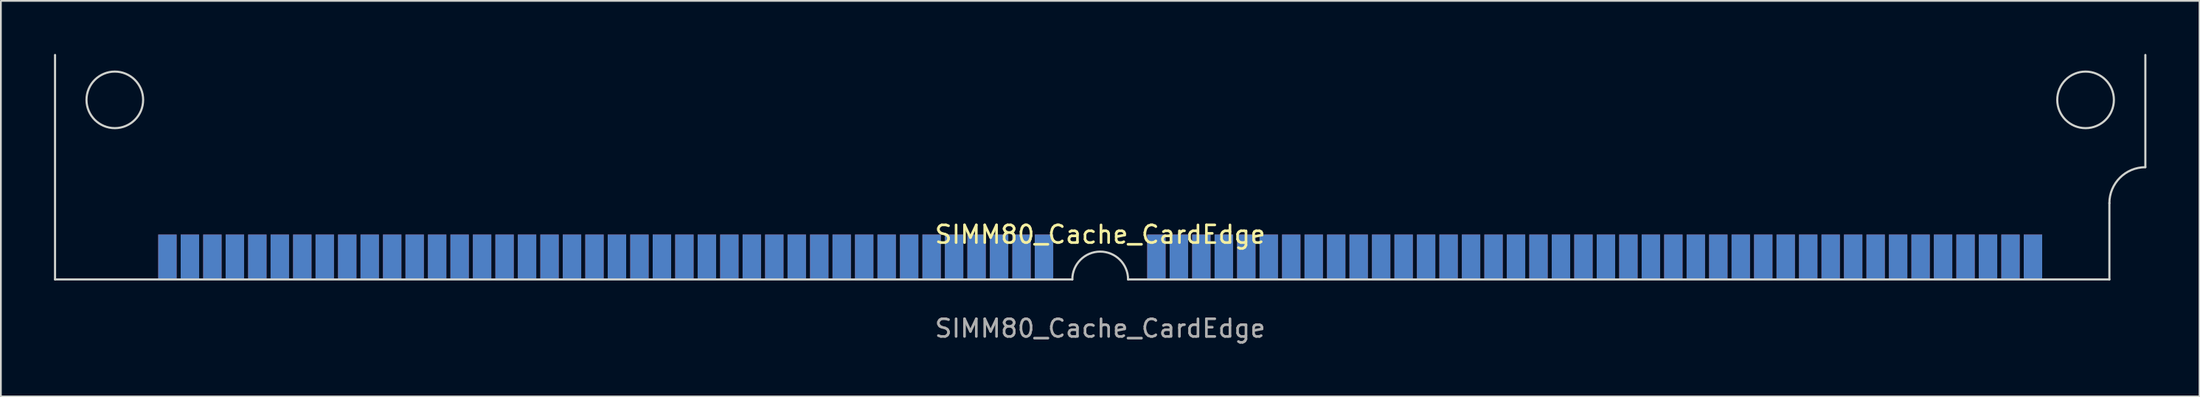
<source format=kicad_pcb>
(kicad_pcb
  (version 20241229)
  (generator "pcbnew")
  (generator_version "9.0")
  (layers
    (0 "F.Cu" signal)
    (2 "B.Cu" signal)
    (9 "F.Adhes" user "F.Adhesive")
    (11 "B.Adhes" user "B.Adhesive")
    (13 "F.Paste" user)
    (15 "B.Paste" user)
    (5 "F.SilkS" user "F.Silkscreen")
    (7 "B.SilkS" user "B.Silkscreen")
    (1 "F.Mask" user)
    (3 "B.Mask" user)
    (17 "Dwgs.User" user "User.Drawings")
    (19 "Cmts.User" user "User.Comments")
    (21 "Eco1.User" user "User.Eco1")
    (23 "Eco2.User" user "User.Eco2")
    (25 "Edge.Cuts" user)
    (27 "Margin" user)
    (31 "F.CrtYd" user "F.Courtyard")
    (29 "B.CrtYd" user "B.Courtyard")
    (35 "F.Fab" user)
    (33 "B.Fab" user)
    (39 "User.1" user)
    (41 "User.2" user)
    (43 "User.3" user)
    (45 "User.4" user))
  (footprint "SIMM80_Cache_CardEdge"
    (layer "F.Cu")
    (at 59.115 12.76)
    (property "Reference" "SIMM80_Cache_CardEdge" (at 0 -2.54 0) (unlocked yes) (layer "F.SilkS") (effects (font (size 1 1) (thickness 0.15))))
    (fp_line (start -59.055 0) (end -59.055 -12.7) (stroke (width 0.12) (type default)) (layer "Edge.Cuts"))
    (fp_line (start -1.575 0) (end -59.055 0) (stroke (width 0.12) (type default)) (layer "Edge.Cuts"))
    (fp_line (start 1.575 0) (end 57.023 0) (stroke (width 0.12) (type default)) (layer "Edge.Cuts"))
    (fp_line (start 57.023 0) (end 57.023 -4.318) (stroke (width 0.12) (type default)) (layer "Edge.Cuts"))
    (fp_line (start 59.055 -12.7) (end 59.055 -6.35) (stroke (width 0.12) (type default)) (layer "Edge.Cuts"))
    (fp_arc (start -1.5748 0) (mid 0 -1.5748) (end 1.5748 0) (stroke (width 0.12) (type default)) (layer "Edge.Cuts"))
    (fp_arc (start 57.023 -4.318) (mid 57.618159 -5.754841) (end 59.055 -6.35) (stroke (width 0.12) (type default)) (layer "Edge.Cuts"))
    (fp_circle (center -55.677 -10.16) (end -54.077 -10.16) (stroke (width 0.12) (type default)) (fill no) (layer "Edge.Cuts"))
    (fp_circle (center 55.677 -10.16) (end 57.277 -10.16) (stroke (width 0.12) (type default)) (fill no) (layer "Edge.Cuts"))
    (fp_text user "${REFERENCE}" (at 0 2.77 0) (unlocked yes) (layer "F.Fab") (effects (font (size 1 1) (thickness 0.15))))
    (pad "1" connect rect (at -52.705 -1.27) (size 1.04 2.54) (layers "F.Cu" "F.Mask"))
    (pad "1" connect rect (at -52.705 -1.27) (size 1.04 2.54) (layers "B.Cu" "B.Mask"))
    (pad "2" connect rect (at -51.435 -1.27) (size 1.04 2.54) (layers "F.Cu" "F.Mask"))
    (pad "2" connect rect (at -51.435 -1.27) (size 1.04 2.54) (layers "B.Cu" "B.Mask"))
    (pad "3" connect rect (at -50.165 -1.27) (size 1.04 2.54) (layers "F.Cu" "F.Mask"))
    (pad "3" connect rect (at -50.165 -1.27) (size 1.04 2.54) (layers "B.Cu" "B.Mask"))
    (pad "4" connect rect (at -48.895 -1.27) (size 1.04 2.54) (layers "F.Cu" "F.Mask"))
    (pad "4" connect rect (at -48.895 -1.27) (size 1.04 2.54) (layers "B.Cu" "B.Mask"))
    (pad "5" connect rect (at -47.625 -1.27) (size 1.04 2.54) (layers "F.Cu" "F.Mask"))
    (pad "5" connect rect (at -47.625 -1.27) (size 1.04 2.54) (layers "B.Cu" "B.Mask"))
    (pad "6" connect rect (at -46.355 -1.27) (size 1.04 2.54) (layers "F.Cu" "F.Mask"))
    (pad "6" connect rect (at -46.355 -1.27) (size 1.04 2.54) (layers "B.Cu" "B.Mask"))
    (pad "7" connect rect (at -45.085 -1.27) (size 1.04 2.54) (layers "F.Cu" "F.Mask"))
    (pad "7" connect rect (at -45.085 -1.27) (size 1.04 2.54) (layers "B.Cu" "B.Mask"))
    (pad "8" connect rect (at -43.815 -1.27) (size 1.04 2.54) (layers "F.Cu" "F.Mask"))
    (pad "8" connect rect (at -43.815 -1.27) (size 1.04 2.54) (layers "B.Cu" "B.Mask"))
    (pad "9" connect rect (at -42.545 -1.27) (size 1.04 2.54) (layers "F.Cu" "F.Mask"))
    (pad "9" connect rect (at -42.545 -1.27) (size 1.04 2.54) (layers "B.Cu" "B.Mask"))
    (pad "10" connect rect (at -41.275 -1.27) (size 1.04 2.54) (layers "F.Cu" "F.Mask"))
    (pad "10" connect rect (at -41.275 -1.27) (size 1.04 2.54) (layers "B.Cu" "B.Mask"))
    (pad "11" connect rect (at -40.005 -1.27) (size 1.04 2.54) (layers "F.Cu" "F.Mask"))
    (pad "11" connect rect (at -40.005 -1.27) (size 1.04 2.54) (layers "B.Cu" "B.Mask"))
    (pad "12" connect rect (at -38.735 -1.27) (size 1.04 2.54) (layers "F.Cu" "F.Mask"))
    (pad "12" connect rect (at -38.735 -1.27) (size 1.04 2.54) (layers "B.Cu" "B.Mask"))
    (pad "13" connect rect (at -37.465 -1.27) (size 1.04 2.54) (layers "F.Cu" "F.Mask"))
    (pad "13" connect rect (at -37.465 -1.27) (size 1.04 2.54) (layers "B.Cu" "B.Mask"))
    (pad "14" connect rect (at -36.195 -1.27) (size 1.04 2.54) (layers "F.Cu" "F.Mask"))
    (pad "14" connect rect (at -36.195 -1.27) (size 1.04 2.54) (layers "B.Cu" "B.Mask"))
    (pad "15" connect rect (at -34.925 -1.27) (size 1.04 2.54) (layers "F.Cu" "F.Mask"))
    (pad "15" connect rect (at -34.925 -1.27) (size 1.04 2.54) (layers "B.Cu" "B.Mask"))
    (pad "16" connect rect (at -33.655 -1.27) (size 1.04 2.54) (layers "F.Cu" "F.Mask"))
    (pad "16" connect rect (at -33.655 -1.27) (size 1.04 2.54) (layers "B.Cu" "B.Mask"))
    (pad "17" connect rect (at -32.385 -1.27) (size 1.04 2.54) (layers "F.Cu" "F.Mask"))
    (pad "17" connect rect (at -32.385 -1.27) (size 1.04 2.54) (layers "B.Cu" "B.Mask"))
    (pad "18" connect rect (at -31.115 -1.27) (size 1.04 2.54) (layers "F.Cu" "F.Mask"))
    (pad "18" connect rect (at -31.115 -1.27) (size 1.04 2.54) (layers "B.Cu" "B.Mask"))
    (pad "19" connect rect (at -29.845 -1.27) (size 1.04 2.54) (layers "F.Cu" "F.Mask"))
    (pad "19" connect rect (at -29.845 -1.27) (size 1.04 2.54) (layers "B.Cu" "B.Mask"))
    (pad "20" connect rect (at -28.575 -1.27) (size 1.04 2.54) (layers "F.Cu" "F.Mask"))
    (pad "20" connect rect (at -28.575 -1.27) (size 1.04 2.54) (layers "B.Cu" "B.Mask"))
    (pad "21" connect rect (at -27.305 -1.27) (size 1.04 2.54) (layers "F.Cu" "F.Mask"))
    (pad "21" connect rect (at -27.305 -1.27) (size 1.04 2.54) (layers "B.Cu" "B.Mask"))
    (pad "22" connect rect (at -26.035 -1.27) (size 1.04 2.54) (layers "F.Cu" "F.Mask"))
    (pad "22" connect rect (at -26.035 -1.27) (size 1.04 2.54) (layers "B.Cu" "B.Mask"))
    (pad "23" connect rect (at -24.765 -1.27) (size 1.04 2.54) (layers "F.Cu" "F.Mask"))
    (pad "23" connect rect (at -24.765 -1.27) (size 1.04 2.54) (layers "B.Cu" "B.Mask"))
    (pad "24" connect rect (at -23.495 -1.27) (size 1.04 2.54) (layers "F.Cu" "F.Mask"))
    (pad "24" connect rect (at -23.495 -1.27) (size 1.04 2.54) (layers "B.Cu" "B.Mask"))
    (pad "25" connect rect (at -22.225 -1.27) (size 1.04 2.54) (layers "F.Cu" "F.Mask"))
    (pad "25" connect rect (at -22.225 -1.27) (size 1.04 2.54) (layers "B.Cu" "B.Mask"))
    (pad "26" connect rect (at -20.955 -1.27) (size 1.04 2.54) (layers "F.Cu" "F.Mask"))
    (pad "26" connect rect (at -20.955 -1.27) (size 1.04 2.54) (layers "B.Cu" "B.Mask"))
    (pad "27" connect rect (at -19.685 -1.27) (size 1.04 2.54) (layers "F.Cu" "F.Mask"))
    (pad "27" connect rect (at -19.685 -1.27) (size 1.04 2.54) (layers "B.Cu" "B.Mask"))
    (pad "28" connect rect (at -18.415 -1.27) (size 1.04 2.54) (layers "F.Cu" "F.Mask"))
    (pad "28" connect rect (at -18.415 -1.27) (size 1.04 2.54) (layers "B.Cu" "B.Mask"))
    (pad "29" connect rect (at -17.145 -1.27) (size 1.04 2.54) (layers "F.Cu" "F.Mask"))
    (pad "29" connect rect (at -17.145 -1.27) (size 1.04 2.54) (layers "B.Cu" "B.Mask"))
    (pad "30" connect rect (at -15.875 -1.27) (size 1.04 2.54) (layers "F.Cu" "F.Mask"))
    (pad "30" connect rect (at -15.875 -1.27) (size 1.04 2.54) (layers "B.Cu" "B.Mask"))
    (pad "31" connect rect (at -14.605 -1.27) (size 1.04 2.54) (layers "F.Cu" "F.Mask"))
    (pad "31" connect rect (at -14.605 -1.27) (size 1.04 2.54) (layers "B.Cu" "B.Mask"))
    (pad "32" connect rect (at -13.335 -1.27) (size 1.04 2.54) (layers "F.Cu" "F.Mask"))
    (pad "32" connect rect (at -13.335 -1.27) (size 1.04 2.54) (layers "B.Cu" "B.Mask"))
    (pad "33" connect rect (at -12.065 -1.27) (size 1.04 2.54) (layers "F.Cu" "F.Mask"))
    (pad "33" connect rect (at -12.065 -1.27) (size 1.04 2.54) (layers "B.Cu" "B.Mask"))
    (pad "34" connect rect (at -10.795 -1.27) (size 1.04 2.54) (layers "F.Cu" "F.Mask"))
    (pad "34" connect rect (at -10.795 -1.27) (size 1.04 2.54) (layers "B.Cu" "B.Mask"))
    (pad "35" connect rect (at -9.525 -1.27) (size 1.04 2.54) (layers "F.Cu" "F.Mask"))
    (pad "35" connect rect (at -9.525 -1.27) (size 1.04 2.54) (layers "B.Cu" "B.Mask"))
    (pad "36" connect rect (at -8.255 -1.27) (size 1.04 2.54) (layers "F.Cu" "F.Mask"))
    (pad "36" connect rect (at -8.255 -1.27) (size 1.04 2.54) (layers "B.Cu" "B.Mask"))
    (pad "37" connect rect (at -6.985 -1.27) (size 1.04 2.54) (layers "F.Cu" "F.Mask"))
    (pad "37" connect rect (at -6.985 -1.27) (size 1.04 2.54) (layers "B.Cu" "B.Mask"))
    (pad "38" connect rect (at -5.715 -1.27) (size 1.04 2.54) (layers "F.Cu" "F.Mask"))
    (pad "38" connect rect (at -5.715 -1.27) (size 1.04 2.54) (layers "B.Cu" "B.Mask"))
    (pad "39" connect rect (at -4.445 -1.27) (size 1.04 2.54) (layers "F.Cu" "F.Mask"))
    (pad "39" connect rect (at -4.445 -1.27) (size 1.04 2.54) (layers "B.Cu" "B.Mask"))
    (pad "40" connect rect (at -3.175 -1.27) (size 1.04 2.54) (layers "F.Cu" "F.Mask"))
    (pad "40" connect rect (at -3.175 -1.27) (size 1.04 2.54) (layers "B.Cu" "B.Mask"))
    (pad "41" connect rect (at 3.175 -1.27) (size 1.04 2.54) (layers "F.Cu" "F.Mask"))
    (pad "41" connect rect (at 3.175 -1.27) (size 1.04 2.54) (layers "B.Cu" "B.Mask"))
    (pad "42" connect rect (at 4.445 -1.27) (size 1.04 2.54) (layers "F.Cu" "F.Mask"))
    (pad "42" connect rect (at 4.445 -1.27) (size 1.04 2.54) (layers "B.Cu" "B.Mask"))
    (pad "43" connect rect (at 5.715 -1.27) (size 1.04 2.54) (layers "F.Cu" "F.Mask"))
    (pad "43" connect rect (at 5.715 -1.27) (size 1.04 2.54) (layers "B.Cu" "B.Mask"))
    (pad "44" connect rect (at 6.985 -1.27) (size 1.04 2.54) (layers "F.Cu" "F.Mask"))
    (pad "44" connect rect (at 6.985 -1.27) (size 1.04 2.54) (layers "B.Cu" "B.Mask"))
    (pad "45" connect rect (at 8.255 -1.27) (size 1.04 2.54) (layers "F.Cu" "F.Mask"))
    (pad "45" connect rect (at 8.255 -1.27) (size 1.04 2.54) (layers "B.Cu" "B.Mask"))
    (pad "46" connect rect (at 9.525 -1.27) (size 1.04 2.54) (layers "F.Cu" "F.Mask"))
    (pad "46" connect rect (at 9.525 -1.27) (size 1.04 2.54) (layers "B.Cu" "B.Mask"))
    (pad "47" connect rect (at 10.795 -1.27) (size 1.04 2.54) (layers "F.Cu" "F.Mask"))
    (pad "47" connect rect (at 10.795 -1.27) (size 1.04 2.54) (layers "B.Cu" "B.Mask"))
    (pad "48" connect rect (at 12.065 -1.27) (size 1.04 2.54) (layers "F.Cu" "F.Mask"))
    (pad "48" connect rect (at 12.065 -1.27) (size 1.04 2.54) (layers "B.Cu" "B.Mask"))
    (pad "49" connect rect (at 13.335 -1.27) (size 1.04 2.54) (layers "F.Cu" "F.Mask"))
    (pad "49" connect rect (at 13.335 -1.27) (size 1.04 2.54) (layers "B.Cu" "B.Mask"))
    (pad "50" connect rect (at 14.605 -1.27) (size 1.04 2.54) (layers "F.Cu" "F.Mask"))
    (pad "50" connect rect (at 14.605 -1.27) (size 1.04 2.54) (layers "B.Cu" "B.Mask"))
    (pad "51" connect rect (at 15.875 -1.27) (size 1.04 2.54) (layers "F.Cu" "F.Mask"))
    (pad "51" connect rect (at 15.875 -1.27) (size 1.04 2.54) (layers "B.Cu" "B.Mask"))
    (pad "52" connect rect (at 17.145 -1.27) (size 1.04 2.54) (layers "F.Cu" "F.Mask"))
    (pad "52" connect rect (at 17.145 -1.27) (size 1.04 2.54) (layers "B.Cu" "B.Mask"))
    (pad "53" connect rect (at 18.415 -1.27) (size 1.04 2.54) (layers "F.Cu" "F.Mask"))
    (pad "53" connect rect (at 18.415 -1.27) (size 1.04 2.54) (layers "B.Cu" "B.Mask"))
    (pad "54" connect rect (at 19.685 -1.27) (size 1.04 2.54) (layers "F.Cu" "F.Mask"))
    (pad "54" connect rect (at 19.685 -1.27) (size 1.04 2.54) (layers "B.Cu" "B.Mask"))
    (pad "55" connect rect (at 20.955 -1.27) (size 1.04 2.54) (layers "F.Cu" "F.Mask"))
    (pad "55" connect rect (at 20.955 -1.27) (size 1.04 2.54) (layers "B.Cu" "B.Mask"))
    (pad "56" connect rect (at 22.225 -1.27) (size 1.04 2.54) (layers "F.Cu" "F.Mask"))
    (pad "56" connect rect (at 22.225 -1.27) (size 1.04 2.54) (layers "B.Cu" "B.Mask"))
    (pad "57" connect rect (at 23.495 -1.27) (size 1.04 2.54) (layers "F.Cu" "F.Mask"))
    (pad "57" connect rect (at 23.495 -1.27) (size 1.04 2.54) (layers "B.Cu" "B.Mask"))
    (pad "58" connect rect (at 24.765 -1.27) (size 1.04 2.54) (layers "F.Cu" "F.Mask"))
    (pad "58" connect rect (at 24.765 -1.27) (size 1.04 2.54) (layers "B.Cu" "B.Mask"))
    (pad "59" connect rect (at 26.035 -1.27) (size 1.04 2.54) (layers "F.Cu" "F.Mask"))
    (pad "59" connect rect (at 26.035 -1.27) (size 1.04 2.54) (layers "B.Cu" "B.Mask"))
    (pad "60" connect rect (at 27.305 -1.27) (size 1.04 2.54) (layers "F.Cu" "F.Mask"))
    (pad "60" connect rect (at 27.305 -1.27) (size 1.04 2.54) (layers "B.Cu" "B.Mask"))
    (pad "61" connect rect (at 28.575 -1.27) (size 1.04 2.54) (layers "F.Cu" "F.Mask"))
    (pad "61" connect rect (at 28.575 -1.27) (size 1.04 2.54) (layers "B.Cu" "B.Mask"))
    (pad "62" connect rect (at 29.845 -1.27) (size 1.04 2.54) (layers "F.Cu" "F.Mask"))
    (pad "62" connect rect (at 29.845 -1.27) (size 1.04 2.54) (layers "B.Cu" "B.Mask"))
    (pad "63" connect rect (at 31.115 -1.27) (size 1.04 2.54) (layers "F.Cu" "F.Mask"))
    (pad "63" connect rect (at 31.115 -1.27) (size 1.04 2.54) (layers "B.Cu" "B.Mask"))
    (pad "64" connect rect (at 32.385 -1.27) (size 1.04 2.54) (layers "F.Cu" "F.Mask"))
    (pad "64" connect rect (at 32.385 -1.27) (size 1.04 2.54) (layers "B.Cu" "B.Mask"))
    (pad "65" connect rect (at 33.655 -1.27) (size 1.04 2.54) (layers "F.Cu" "F.Mask"))
    (pad "65" connect rect (at 33.655 -1.27) (size 1.04 2.54) (layers "B.Cu" "B.Mask"))
    (pad "66" connect rect (at 34.925 -1.27) (size 1.04 2.54) (layers "F.Cu" "F.Mask"))
    (pad "66" connect rect (at 34.925 -1.27) (size 1.04 2.54) (layers "B.Cu" "B.Mask"))
    (pad "67" connect rect (at 36.195 -1.27) (size 1.04 2.54) (layers "F.Cu" "F.Mask"))
    (pad "67" connect rect (at 36.195 -1.27) (size 1.04 2.54) (layers "B.Cu" "B.Mask"))
    (pad "68" connect rect (at 37.465 -1.27) (size 1.04 2.54) (layers "F.Cu" "F.Mask"))
    (pad "68" connect rect (at 37.465 -1.27) (size 1.04 2.54) (layers "B.Cu" "B.Mask"))
    (pad "69" connect rect (at 38.735 -1.27) (size 1.04 2.54) (layers "F.Cu" "F.Mask"))
    (pad "69" connect rect (at 38.735 -1.27) (size 1.04 2.54) (layers "B.Cu" "B.Mask"))
    (pad "70" connect rect (at 40.005 -1.27) (size 1.04 2.54) (layers "F.Cu" "F.Mask"))
    (pad "70" connect rect (at 40.005 -1.27) (size 1.04 2.54) (layers "B.Cu" "B.Mask"))
    (pad "71" connect rect (at 41.275 -1.27) (size 1.04 2.54) (layers "F.Cu" "F.Mask"))
    (pad "71" connect rect (at 41.275 -1.27) (size 1.04 2.54) (layers "B.Cu" "B.Mask"))
    (pad "72" connect rect (at 42.545 -1.27) (size 1.04 2.54) (layers "F.Cu" "F.Mask"))
    (pad "72" connect rect (at 42.545 -1.27) (size 1.04 2.54) (layers "B.Cu" "B.Mask"))
    (pad "73" connect rect (at 43.815 -1.27) (size 1.04 2.54) (layers "F.Cu" "F.Mask"))
    (pad "73" connect rect (at 43.815 -1.27) (size 1.04 2.54) (layers "B.Cu" "B.Mask"))
    (pad "74" connect rect (at 45.085 -1.27) (size 1.04 2.54) (layers "F.Cu" "F.Mask"))
    (pad "74" connect rect (at 45.085 -1.27) (size 1.04 2.54) (layers "B.Cu" "B.Mask"))
    (pad "75" connect rect (at 46.355 -1.27) (size 1.04 2.54) (layers "F.Cu" "F.Mask"))
    (pad "75" connect rect (at 46.355 -1.27) (size 1.04 2.54) (layers "B.Cu" "B.Mask"))
    (pad "76" connect rect (at 47.625 -1.27) (size 1.04 2.54) (layers "F.Cu" "F.Mask"))
    (pad "76" connect rect (at 47.625 -1.27) (size 1.04 2.54) (layers "B.Cu" "B.Mask"))
    (pad "77" connect rect (at 48.895 -1.27) (size 1.04 2.54) (layers "F.Cu" "F.Mask"))
    (pad "77" connect rect (at 48.895 -1.27) (size 1.04 2.54) (layers "B.Cu" "B.Mask"))
    (pad "78" connect rect (at 50.165 -1.27) (size 1.04 2.54) (layers "F.Cu" "F.Mask"))
    (pad "78" connect rect (at 50.165 -1.27) (size 1.04 2.54) (layers "B.Cu" "B.Mask"))
    (pad "79" connect rect (at 51.435 -1.27) (size 1.04 2.54) (layers "F.Cu" "F.Mask"))
    (pad "79" connect rect (at 51.435 -1.27) (size 1.04 2.54) (layers "B.Cu" "B.Mask"))
    (pad "80" connect rect (at 52.705 -1.27) (size 1.04 2.54) (layers "F.Cu" "F.Mask"))
    (pad "80" connect rect (at 52.705 -1.27) (size 1.04 2.54) (layers "B.Cu" "B.Mask")))
  (gr_rect
    (start -3 -3)
    (end 121.23 19.378)
    (stroke (width 0.1) (type default))
    (fill no)
    (layer "Edge.Cuts")))
</source>
